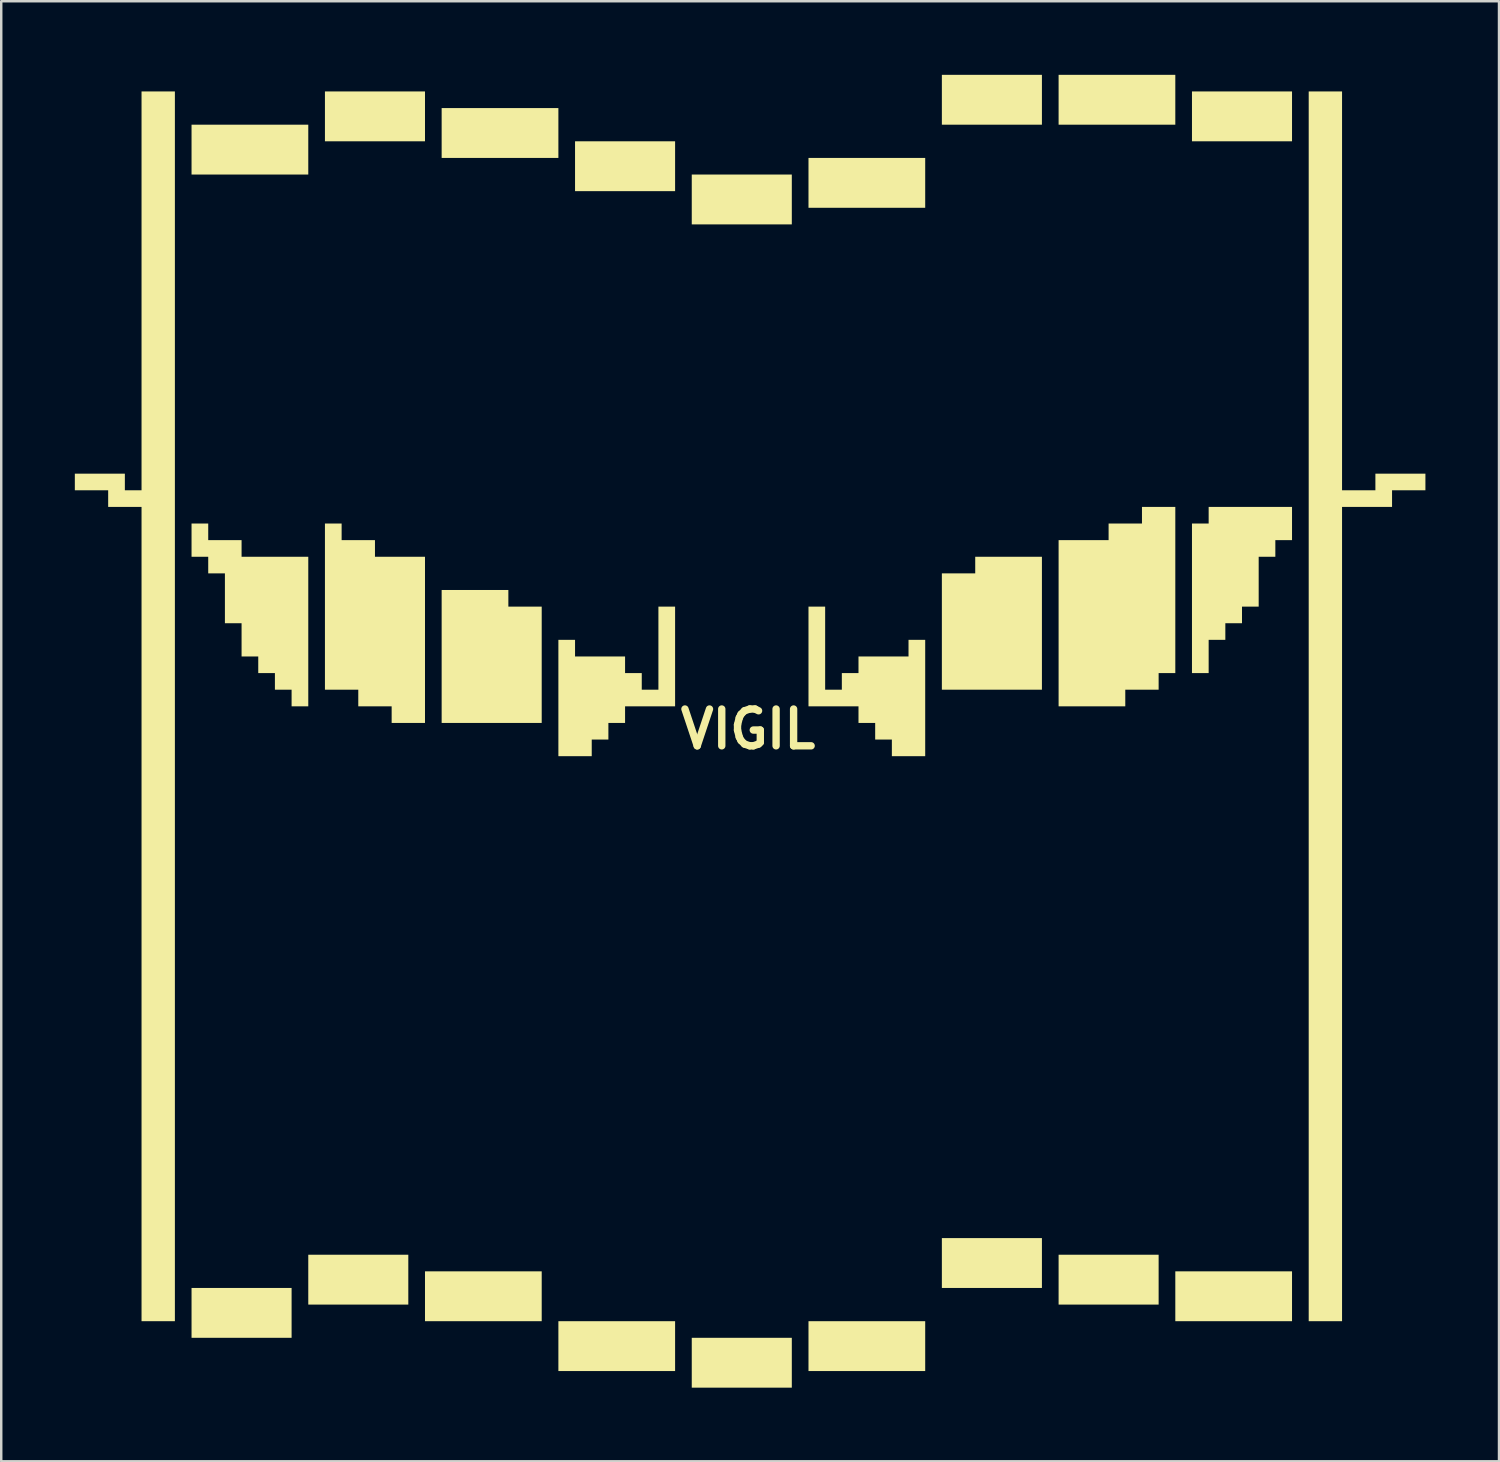
<source format=kicad_pcb>
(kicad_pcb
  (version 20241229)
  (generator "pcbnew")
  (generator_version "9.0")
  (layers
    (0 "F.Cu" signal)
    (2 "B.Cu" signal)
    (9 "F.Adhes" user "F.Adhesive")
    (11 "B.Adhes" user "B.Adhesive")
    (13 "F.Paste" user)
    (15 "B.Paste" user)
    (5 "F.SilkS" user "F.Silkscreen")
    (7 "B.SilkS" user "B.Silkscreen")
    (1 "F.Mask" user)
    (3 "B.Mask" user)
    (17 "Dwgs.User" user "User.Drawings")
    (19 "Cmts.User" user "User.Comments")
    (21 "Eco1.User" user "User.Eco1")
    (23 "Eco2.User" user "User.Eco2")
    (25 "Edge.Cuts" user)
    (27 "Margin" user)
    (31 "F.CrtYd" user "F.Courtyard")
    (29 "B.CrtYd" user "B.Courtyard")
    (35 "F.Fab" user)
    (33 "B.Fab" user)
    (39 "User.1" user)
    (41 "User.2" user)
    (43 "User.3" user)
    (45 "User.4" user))
  (footprint "VIGIL"
    (layer "F.Cu")
    (at 27.439 26.67)
    (property "Reference" "VIGIL" (at 0 0 0) (layer "F.SilkS") (effects (font (size 1.5 1.5) (thickness 0.3))))
    (attr board_only exclude_from_pos_files exclude_from_bom)
    (fp_poly (pts (xy -18.604 23.791) (xy -18.604 24.807) (xy -20.643 24.807) (xy -22.682 24.807) (xy -22.682 23.791) (xy -22.682 22.775) (xy -20.643 22.775) (xy -18.604 22.775)) (stroke (width 0) (type solid)) (fill yes) (layer "F.SilkS"))
    (fp_poly (pts (xy -17.924 -23.622) (xy -17.924 -22.606) (xy -20.303 -22.606) (xy -22.682 -22.606) (xy -22.682 -23.622) (xy -22.682 -24.638) (xy -20.303 -24.638) (xy -17.924 -24.638)) (stroke (width 0) (type solid)) (fill yes) (layer "F.SilkS"))
    (fp_poly (pts (xy -13.847 22.437) (xy -13.847 23.453) (xy -15.886 23.453) (xy -17.924 23.453) (xy -17.924 22.437) (xy -17.924 21.421) (xy -15.886 21.421) (xy -13.847 21.421)) (stroke (width 0) (type solid)) (fill yes) (layer "F.SilkS"))
    (fp_poly (pts (xy -13.167 -24.977) (xy -13.167 -23.961) (xy -15.206 -23.961) (xy -17.245 -23.961) (xy -17.245 -24.977) (xy -17.245 -25.993) (xy -15.206 -25.993) (xy -13.167 -25.993)) (stroke (width 0) (type solid)) (fill yes) (layer "F.SilkS"))
    (fp_poly (pts (xy -8.41 23.114) (xy -8.41 24.13) (xy -10.789 24.13) (xy -13.167 24.13) (xy -13.167 23.114) (xy -13.167 22.098) (xy -10.789 22.098) (xy -8.41 22.098)) (stroke (width 0) (type solid)) (fill yes) (layer "F.SilkS"))
    (fp_poly (pts (xy -7.73 -24.299) (xy -7.73 -23.283) (xy -10.109 -23.283) (xy -12.488 -23.283) (xy -12.488 -24.299) (xy -12.488 -25.315) (xy -10.109 -25.315) (xy -7.73 -25.315)) (stroke (width 0) (type solid)) (fill yes) (layer "F.SilkS"))
    (fp_poly (pts (xy -2.973 -22.945) (xy -2.973 -21.929) (xy -5.012 -21.929) (xy -7.051 -21.929) (xy -7.051 -22.945) (xy -7.051 -23.961) (xy -5.012 -23.961) (xy -2.973 -23.961)) (stroke (width 0) (type solid)) (fill yes) (layer "F.SilkS"))
    (fp_poly (pts (xy -2.973 25.146) (xy -2.973 26.162) (xy -5.352 26.162) (xy -7.73 26.162) (xy -7.73 25.146) (xy -7.73 24.13) (xy -5.352 24.13) (xy -2.973 24.13)) (stroke (width 0) (type solid)) (fill yes) (layer "F.SilkS"))
    (fp_poly (pts (xy 1.784 -21.59) (xy 1.784 -20.574) (xy -0.255 -20.574) (xy -2.294 -20.574) (xy -2.294 -21.59) (xy -2.294 -22.606) (xy -0.255 -22.606) (xy 1.784 -22.606)) (stroke (width 0) (type solid)) (fill yes) (layer "F.SilkS"))
    (fp_poly (pts (xy 1.784 25.823) (xy 1.784 26.839) (xy -0.255 26.839) (xy -2.294 26.839) (xy -2.294 25.823) (xy -2.294 24.807) (xy -0.255 24.807) (xy 1.784 24.807)) (stroke (width 0) (type solid)) (fill yes) (layer "F.SilkS"))
    (fp_poly (pts (xy 7.221 -22.267) (xy 7.221 -21.251) (xy 4.842 -21.251) (xy 2.464 -21.251) (xy 2.464 -22.267) (xy 2.464 -23.283) (xy 4.842 -23.283) (xy 7.221 -23.283)) (stroke (width 0) (type solid)) (fill yes) (layer "F.SilkS"))
    (fp_poly (pts (xy 7.221 25.146) (xy 7.221 26.162) (xy 4.842 26.162) (xy 2.464 26.162) (xy 2.464 25.146) (xy 2.464 24.13) (xy 4.842 24.13) (xy 7.221 24.13)) (stroke (width 0) (type solid)) (fill yes) (layer "F.SilkS"))
    (fp_poly (pts (xy 11.978 -25.654) (xy 11.978 -24.638) (xy 9.939 -24.638) (xy 7.9 -24.638) (xy 7.9 -25.654) (xy 7.9 -26.67) (xy 9.939 -26.67) (xy 11.978 -26.67)) (stroke (width 0) (type solid)) (fill yes) (layer "F.SilkS"))
    (fp_poly (pts (xy 11.978 21.759) (xy 11.978 22.775) (xy 9.939 22.775) (xy 7.9 22.775) (xy 7.9 21.759) (xy 7.9 20.743) (xy 9.939 20.743) (xy 11.978 20.743)) (stroke (width 0) (type solid)) (fill yes) (layer "F.SilkS"))
    (fp_poly (pts (xy 16.735 22.437) (xy 16.735 23.453) (xy 14.696 23.453) (xy 12.658 23.453) (xy 12.658 22.437) (xy 12.658 21.421) (xy 14.696 21.421) (xy 16.735 21.421)) (stroke (width 0) (type solid)) (fill yes) (layer "F.SilkS"))
    (fp_poly (pts (xy 17.415 -25.654) (xy 17.415 -24.638) (xy 15.036 -24.638) (xy 12.658 -24.638) (xy 12.658 -25.654) (xy 12.658 -26.67) (xy 15.036 -26.67) (xy 17.415 -26.67)) (stroke (width 0) (type solid)) (fill yes) (layer "F.SilkS"))
    (fp_poly (pts (xy 22.172 -24.977) (xy 22.172 -23.961) (xy 20.133 -23.961) (xy 18.094 -23.961) (xy 18.094 -24.977) (xy 18.094 -25.993) (xy 20.133 -25.993) (xy 22.172 -25.993)) (stroke (width 0) (type solid)) (fill yes) (layer "F.SilkS"))
    (fp_poly (pts (xy 22.172 23.114) (xy 22.172 24.13) (xy 19.793 24.13) (xy 17.415 24.13) (xy 17.415 23.114) (xy 17.415 22.098) (xy 19.793 22.098) (xy 22.172 22.098)) (stroke (width 0) (type solid)) (fill yes) (layer "F.SilkS"))
    (fp_poly (pts (xy -9.769 -5.334) (xy -9.769 -4.995) (xy -9.09 -4.995) (xy -8.41 -4.995) (xy -8.41 -2.625) (xy -8.41 -0.254) (xy -10.449 -0.254) (xy -12.488 -0.254) (xy -12.488 -2.963) (xy -12.488 -5.673) (xy -11.128 -5.673) (xy -9.769 -5.673)) (stroke (width 0) (type solid)) (fill yes) (layer "F.SilkS"))
    (fp_poly (pts (xy 11.978 -4.318) (xy 11.978 -1.609) (xy 9.939 -1.609) (xy 7.9 -1.609) (xy 7.9 -3.979) (xy 7.9 -6.35) (xy 8.58 -6.35) (xy 9.26 -6.35) (xy 9.26 -6.689) (xy 9.26 -7.027) (xy 10.619 -7.027) (xy 11.978 -7.027)) (stroke (width 0) (type solid)) (fill yes) (layer "F.SilkS"))
    (fp_poly (pts (xy -23.361 -0.931) (xy -23.361 24.13) (xy -24.041 24.13) (xy -24.72 24.13) (xy -24.72 7.535) (xy -24.72 -9.059) (xy -25.4 -9.059) (xy -26.08 -9.059) (xy -26.08 -9.398) (xy -26.08 -9.737) (xy -26.759 -9.737) (xy -27.439 -9.737) (xy -27.439 -10.075) (xy -27.439 -10.414) (xy -26.419 -10.414) (xy -25.4 -10.414) (xy -25.4 -10.075) (xy -25.4 -9.737) (xy -25.06 -9.737) (xy -24.72 -9.737) (xy -24.72 -17.865) (xy -24.72 -25.993) (xy -24.041 -25.993) (xy -23.361 -25.993)) (stroke (width 0) (type solid)) (fill yes) (layer "F.SilkS"))
    (fp_poly (pts (xy -16.565 -8.043) (xy -16.565 -7.705) (xy -15.886 -7.705) (xy -15.206 -7.705) (xy -15.206 -7.366) (xy -15.206 -7.027) (xy -14.187 -7.027) (xy -13.167 -7.027) (xy -13.167 -3.641) (xy -13.167 -0.254) (xy -13.847 -0.254) (xy -14.526 -0.254) (xy -14.526 -0.593) (xy -14.526 -0.931) (xy -15.206 -0.931) (xy -15.886 -0.931) (xy -15.886 -1.27) (xy -15.886 -1.609) (xy -16.565 -1.609) (xy -17.245 -1.609) (xy -17.245 -4.995) (xy -17.245 -8.382) (xy -16.905 -8.382) (xy -16.565 -8.382)) (stroke (width 0) (type solid)) (fill yes) (layer "F.SilkS"))
    (fp_poly (pts (xy 17.415 -5.673) (xy 17.415 -2.286) (xy 17.075 -2.286) (xy 16.735 -2.286) (xy 16.735 -1.947) (xy 16.735 -1.609) (xy 16.056 -1.609) (xy 15.376 -1.609) (xy 15.376 -1.27) (xy 15.376 -0.931) (xy 14.017 -0.931) (xy 12.658 -0.931) (xy 12.658 -4.318) (xy 12.658 -7.705) (xy 13.677 -7.705) (xy 14.696 -7.705) (xy 14.696 -8.043) (xy 14.696 -8.382) (xy 15.376 -8.382) (xy 16.056 -8.382) (xy 16.056 -8.721) (xy 16.056 -9.059) (xy 16.735 -9.059) (xy 17.415 -9.059)) (stroke (width 0) (type solid)) (fill yes) (layer "F.SilkS"))
    (fp_poly (pts (xy 24.211 -17.865) (xy 24.211 -9.737) (xy 24.89 -9.737) (xy 25.57 -9.737) (xy 25.57 -10.075) (xy 25.57 -10.414) (xy 26.589 -10.414) (xy 27.609 -10.414) (xy 27.609 -10.075) (xy 27.609 -9.737) (xy 26.929 -9.737) (xy 26.249 -9.737) (xy 26.249 -9.398) (xy 26.249 -9.059) (xy 25.23 -9.059) (xy 24.211 -9.059) (xy 24.211 7.535) (xy 24.211 24.13) (xy 23.531 24.13) (xy 22.852 24.13) (xy 22.852 -0.931) (xy 22.852 -25.993) (xy 23.531 -25.993) (xy 24.211 -25.993)) (stroke (width 0) (type solid)) (fill yes) (layer "F.SilkS"))
    (fp_poly (pts (xy 22.172 -8.382) (xy 22.172 -7.705) (xy 21.832 -7.705) (xy 21.492 -7.705) (xy 21.492 -7.366) (xy 21.492 -7.027) (xy 21.153 -7.027) (xy 20.813 -7.027) (xy 20.813 -6.011) (xy 20.813 -4.995) (xy 20.473 -4.995) (xy 20.133 -4.995) (xy 20.133 -4.657) (xy 20.133 -4.318) (xy 19.793 -4.318) (xy 19.454 -4.318) (xy 19.454 -3.979) (xy 19.454 -3.641) (xy 19.114 -3.641) (xy 18.774 -3.641) (xy 18.774 -2.963) (xy 18.774 -2.286) (xy 18.434 -2.286) (xy 18.094 -2.286) (xy 18.094 -5.334) (xy 18.094 -8.382) (xy 18.434 -8.382) (xy 18.774 -8.382) (xy 18.774 -8.721) (xy 18.774 -9.059) (xy 20.473 -9.059) (xy 22.172 -9.059)) (stroke (width 0) (type solid)) (fill yes) (layer "F.SilkS"))
    (fp_poly (pts (xy -2.973 -2.963) (xy -2.973 -0.931) (xy -3.993 -0.931) (xy -5.012 -0.931) (xy -5.012 -0.593) (xy -5.012 -0.254) (xy -5.352 -0.254) (xy -5.692 -0.254) (xy -5.692 0.085) (xy -5.692 0.423) (xy -6.031 0.423) (xy -6.371 0.423) (xy -6.371 0.762) (xy -6.371 1.101) (xy -7.051 1.101) (xy -7.73 1.101) (xy -7.73 -1.27) (xy -7.73 -3.641) (xy -7.391 -3.641) (xy -7.051 -3.641) (xy -7.051 -3.302) (xy -7.051 -2.963) (xy -6.031 -2.963) (xy -5.012 -2.963) (xy -5.012 -2.625) (xy -5.012 -2.286) (xy -4.672 -2.286) (xy -4.332 -2.286) (xy -4.332 -1.947) (xy -4.332 -1.609) (xy -3.993 -1.609) (xy -3.653 -1.609) (xy -3.653 -3.302) (xy -3.653 -4.995) (xy -3.313 -4.995) (xy -2.973 -4.995)) (stroke (width 0) (type solid)) (fill yes) (layer "F.SilkS"))
    (fp_poly (pts (xy 3.143 -3.302) (xy 3.143 -1.609) (xy 3.483 -1.609) (xy 3.823 -1.609) (xy 3.823 -1.947) (xy 3.823 -2.286) (xy 4.163 -2.286) (xy 4.502 -2.286) (xy 4.502 -2.625) (xy 4.502 -2.963) (xy 5.522 -2.963) (xy 6.541 -2.963) (xy 6.541 -3.302) (xy 6.541 -3.641) (xy 6.881 -3.641) (xy 7.221 -3.641) (xy 7.221 -1.27) (xy 7.221 1.101) (xy 6.541 1.101) (xy 5.862 1.101) (xy 5.862 0.762) (xy 5.862 0.423) (xy 5.522 0.423) (xy 5.182 0.423) (xy 5.182 0.085) (xy 5.182 -0.254) (xy 4.842 -0.254) (xy 4.502 -0.254) (xy 4.502 -0.593) (xy 4.502 -0.931) (xy 3.483 -0.931) (xy 2.464 -0.931) (xy 2.464 -2.963) (xy 2.464 -4.995) (xy 2.803 -4.995) (xy 3.143 -4.995)) (stroke (width 0) (type solid)) (fill yes) (layer "F.SilkS"))
    (fp_poly (pts (xy -22.002 -8.043) (xy -22.002 -7.705) (xy -21.322 -7.705) (xy -20.643 -7.705) (xy -20.643 -7.366) (xy -20.643 -7.027) (xy -19.284 -7.027) (xy -17.924 -7.027) (xy -17.924 -3.979) (xy -17.924 -0.931) (xy -18.264 -0.931) (xy -18.604 -0.931) (xy -18.604 -1.27) (xy -18.604 -1.609) (xy -18.944 -1.609) (xy -19.284 -1.609) (xy -19.284 -1.947) (xy -19.284 -2.286) (xy -19.623 -2.286) (xy -19.963 -2.286) (xy -19.963 -2.625) (xy -19.963 -2.963) (xy -20.303 -2.963) (xy -20.643 -2.963) (xy -20.643 -3.641) (xy -20.643 -4.318) (xy -20.983 -4.318) (xy -21.322 -4.318) (xy -21.322 -5.334) (xy -21.322 -6.35) (xy -21.662 -6.35) (xy -22.002 -6.35) (xy -22.002 -6.689) (xy -22.002 -7.027) (xy -22.342 -7.027) (xy -22.682 -7.027) (xy -22.682 -7.705) (xy -22.682 -8.382) (xy -22.342 -8.382) (xy -22.002 -8.382)) (stroke (width 0) (type solid)) (fill yes) (layer "F.SilkS")))
  (gr_rect
    (start -3 -3)
    (end 58.047 56.509)
    (stroke (width 0.1) (type default))
    (fill no)
    (layer "Edge.Cuts")))
</source>
